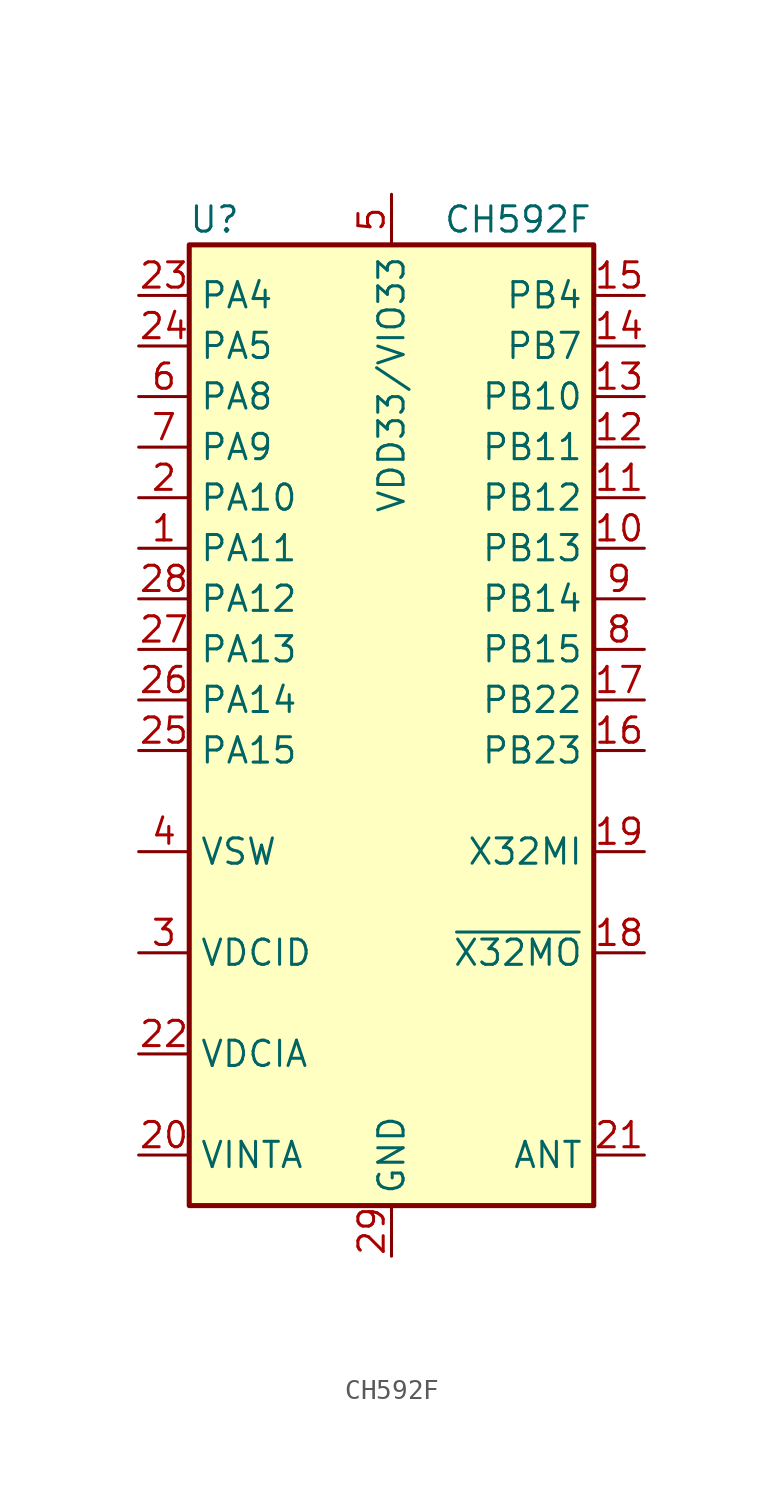
<source format=kicad_sym>
(kicad_symbol_lib
  (version 20241209)
  (generator "kicad_symbol_editor")
  (generator_version "9.0")
  (symbol "CH592F"
    (property "Reference" "U"
      (at -8.89 26.67 0)
      (effects (font (size 1.27 1.27))))
    (property "Value" "CH592F"
      (at 6.35 26.67 0)
      (effects (font (size 1.27 1.27))))
    (symbol "CH592F_0_1"
      (rectangle (start -10.16 25.4) (end 10.16 -22.86) (stroke (width 0.254) (type default)) (fill (type background))))
    (symbol "CH592F_1_1"
      (pin bidirectional line (at -12.7 22.86 0) (length 2.54) (name "PA4" (effects (font (size 1.27 1.27)))) (number "23" (effects (font (size 1.27 1.27)))) (alternate "AIN0" input line) (alternate "RXD3" input line))
      (pin bidirectional line (at -12.7 20.32 0) (length 2.54) (name "PA5" (effects (font (size 1.27 1.27)))) (number "24" (effects (font (size 1.27 1.27)))) (alternate "AIN1" input line) (alternate "TXD3" output line))
      (pin bidirectional line (at -12.7 17.78 0) (length 2.54) (name "PA8" (effects (font (size 1.27 1.27)))) (number "6" (effects (font (size 1.27 1.27)))) (alternate "AIN12" input line) (alternate "RXD1" input line))
      (pin bidirectional line (at -12.7 15.24 0) (length 2.54) (name "PA9" (effects (font (size 1.27 1.27)))) (number "7" (effects (font (size 1.27 1.27)))) (alternate "AIN13" input line) (alternate "TMR0" bidirectional line) (alternate "TXD1" output line))
      (pin bidirectional line (at -12.7 12.7 0) (length 2.54) (name "PA10" (effects (font (size 1.27 1.27)))) (number "2" (effects (font (size 1.27 1.27)))) (alternate "TMR1" bidirectional line) (alternate "X32KI" input line))
      (pin bidirectional line (at -12.7 10.16 0) (length 2.54) (name "PA11" (effects (font (size 1.27 1.27)))) (number "1" (effects (font (size 1.27 1.27)))) (alternate "TMR2" bidirectional line) (alternate "~{X32KO}" output line))
      (pin bidirectional line (at -12.7 7.62 0) (length 2.54) (name "PA12" (effects (font (size 1.27 1.27)))) (number "28" (effects (font (size 1.27 1.27)))) (alternate "AIN2" input line) (alternate "PWM4" output line) (alternate "~{SCS}" bidirectional line))
      (pin bidirectional line (at -12.7 5.08 0) (length 2.54) (name "PA13" (effects (font (size 1.27 1.27)))) (number "27" (effects (font (size 1.27 1.27)))) (alternate "AIN3" input line) (alternate "PWM5" output line) (alternate "SCK0" bidirectional line))
      (pin bidirectional line (at -12.7 2.54 0) (length 2.54) (name "PA14" (effects (font (size 1.27 1.27)))) (number "26" (effects (font (size 1.27 1.27)))) (alternate "AIN4" input line) (alternate "MOSI" bidirectional line) (alternate "TXD0_" output line))
      (pin bidirectional line (at -12.7 0 0) (length 2.54) (name "PA15" (effects (font (size 1.27 1.27)))) (number "25" (effects (font (size 1.27 1.27)))) (alternate "AIN5" input line) (alternate "MISO" bidirectional line) (alternate "RXD0_" input line))
      (pin passive line (at -12.7 -5.08 0) (length 2.54) (name "VSW" (effects (font (size 1.27 1.27)))) (number "4" (effects (font (size 1.27 1.27)))))
      (pin passive line (at -12.7 -10.16 0) (length 2.54) (name "VDCID" (effects (font (size 1.27 1.27)))) (number "3" (effects (font (size 1.27 1.27)))))
      (pin passive line (at -12.7 -15.24 0) (length 2.54) (name "VDCIA" (effects (font (size 1.27 1.27)))) (number "22" (effects (font (size 1.27 1.27)))))
      (pin passive line (at -12.7 -20.32 0) (length 2.54) (name "VINTA" (effects (font (size 1.27 1.27)))) (number "20" (effects (font (size 1.27 1.27)))))
      (pin power_in line (at 0 27.94 270) (length 2.54) (name "VDD33/VIO33" (effects (font (size 1.27 1.27)))) (number "5" (effects (font (size 1.27 1.27)))) (alternate "VBAT" power_in line))
      (pin power_in line (at 0 -25.4 90) (length 2.54) (name "GND" (effects (font (size 1.27 1.27)))) (number "29" (effects (font (size 1.27 1.27)))))
      (pin bidirectional line (at 12.7 22.86 180) (length 2.54) (name "PB4" (effects (font (size 1.27 1.27)))) (number "15" (effects (font (size 1.27 1.27)))) (alternate "PWM7" output line) (alternate "RXD0" input line))
      (pin bidirectional line (at 12.7 20.32 180) (length 2.54) (name "PB7" (effects (font (size 1.27 1.27)))) (number "14" (effects (font (size 1.27 1.27)))) (alternate "PWM9" output line) (alternate "TXD0" output line))
      (pin bidirectional line (at 12.7 17.78 180) (length 2.54) (name "PB10" (effects (font (size 1.27 1.27)))) (number "13" (effects (font (size 1.27 1.27)))) (alternate "TMR1_" bidirectional line) (alternate "UD-" bidirectional line))
      (pin bidirectional line (at 12.7 15.24 180) (length 2.54) (name "PB11" (effects (font (size 1.27 1.27)))) (number "12" (effects (font (size 1.27 1.27)))) (alternate "TMR2_" bidirectional line) (alternate "UD+" bidirectional line))
      (pin bidirectional line (at 12.7 12.7 180) (length 2.54) (name "PB12" (effects (font (size 1.27 1.27)))) (number "11" (effects (font (size 1.27 1.27)))) (alternate "RI_" input line) (alternate "RXD1_" input line) (alternate "~{SCS_}" bidirectional line))
      (pin bidirectional line (at 12.7 10.16 180) (length 2.54) (name "PB13" (effects (font (size 1.27 1.27)))) (number "10" (effects (font (size 1.27 1.27)))) (alternate "DCD_" input line) (alternate "SCK0_" bidirectional line) (alternate "TXD1_" output line))
      (pin bidirectional line (at 12.7 7.62 180) (length 2.54) (name "PB14" (effects (font (size 1.27 1.27)))) (number "9" (effects (font (size 1.27 1.27)))) (alternate "DSR" input line) (alternate "MOSI_" bidirectional line) (alternate "PWM10" output line) (alternate "SDA" bidirectional line) (alternate "TIO" bidirectional line))
      (pin bidirectional line (at 12.7 5.08 180) (length 2.54) (name "PB15" (effects (font (size 1.27 1.27)))) (number "8" (effects (font (size 1.27 1.27)))) (alternate "DTR" output line) (alternate "MISO_" bidirectional line) (alternate "SCL" bidirectional line) (alternate "TCK" input line))
      (pin bidirectional line (at 12.7 2.54 180) (length 2.54) (name "PB22" (effects (font (size 1.27 1.27)))) (number "17" (effects (font (size 1.27 1.27)))) (alternate "RXD2" input line) (alternate "TMR3" bidirectional line))
      (pin bidirectional line (at 12.7 0 180) (length 2.54) (name "PB23" (effects (font (size 1.27 1.27)))) (number "16" (effects (font (size 1.27 1.27)))) (alternate "PWM11" output line) (alternate "TMR0_" bidirectional line) (alternate "TXD2" output line) (alternate "~{RST}" input line))
      (pin input line (at 12.7 -5.08 180) (length 2.54) (name "X32MI" (effects (font (size 1.27 1.27)))) (number "19" (effects (font (size 1.27 1.27)))))
      (pin output line (at 12.7 -10.16 180) (length 2.54) (name "~{X32MO}" (effects (font (size 1.27 1.27)))) (number "18" (effects (font (size 1.27 1.27)))))
      (pin bidirectional line (at 12.7 -20.32 180) (length 2.54) (name "ANT" (effects (font (size 1.27 1.27)))) (number "21" (effects (font (size 1.27 1.27))))))))
</source>
